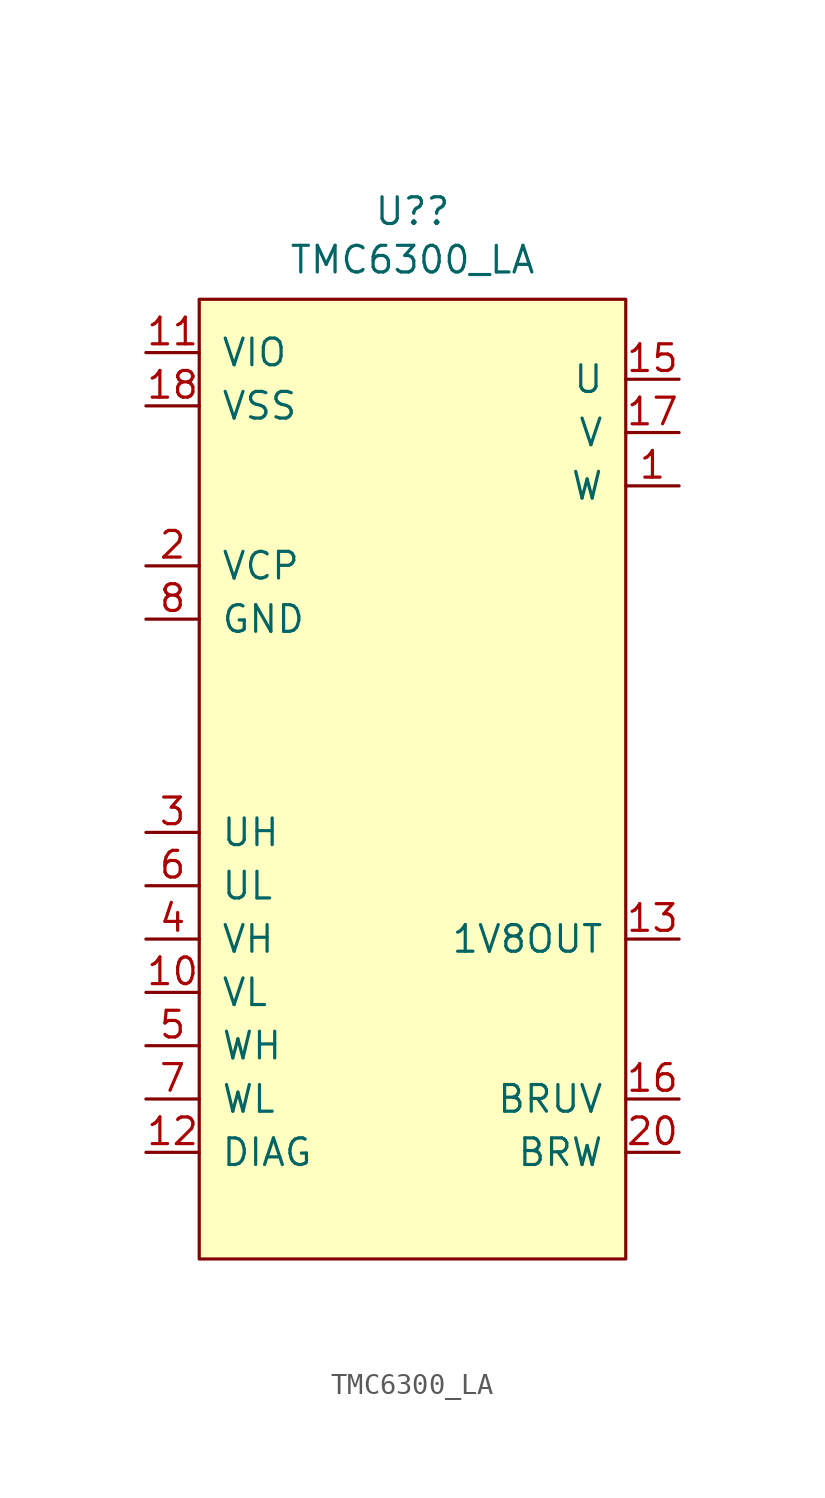
<source format=kicad_sym>
(kicad_symbol_lib
  (version 20211014)
  (generator kicad_symbol_editor)
  (symbol "TMC6300_LA"
    (pin_names
      (offset 1.016))
    (property "Reference" "U?"
      (at 0 27.051 0)
      (effects (font (size 1.27 1.27))))
    (property "Value" "TMC6300_LA"
      (at 0 24.74 0)
      (effects (font (size 1.27 1.27))))
    (symbol "TMC6300_LA_0_1"
      (rectangle (start -10.16 22.86) (end 10.16 -22.86) (stroke (width 0) (type default) (color 0 0 0 0)) (fill (type background))))
    (symbol "TMC6300_LA_1_1"
      (pin output line (at 12.7 13.97 180) (length 2.54) (name "W" (effects (font (size 1.27 1.27)))) (number "1" (effects (font (size 1.27 1.27)))))
      (pin input line (at -12.7 -10.16 0) (length 2.54) (name "VL" (effects (font (size 1.27 1.27)))) (number "10" (effects (font (size 1.27 1.27)))))
      (pin power_in line (at -12.7 20.32 0) (length 2.54) (name "VIO" (effects (font (size 1.27 1.27)))) (number "11" (effects (font (size 1.27 1.27)))))
      (pin output line (at -12.7 -17.78 0) (length 2.54) (name "DIAG" (effects (font (size 1.27 1.27)))) (number "12" (effects (font (size 1.27 1.27)))))
      (pin power_out line (at 12.7 -7.62 180) (length 2.54) (name "1V8OUT" (effects (font (size 1.27 1.27)))) (number "13" (effects (font (size 1.27 1.27)))))
      (pin passive line (at -12.7 7.62 0) (length 2.54) hide (name "GND" (effects (font (size 1.27 1.27)))) (number "14" (effects (font (size 1.27 1.27)))))
      (pin output line (at 12.7 19.05 180) (length 2.54) (name "U" (effects (font (size 1.27 1.27)))) (number "15" (effects (font (size 1.27 1.27)))))
      (pin passive line (at 12.7 -15.24 180) (length 2.54) (name "BRUV" (effects (font (size 1.27 1.27)))) (number "16" (effects (font (size 1.27 1.27)))))
      (pin output line (at 12.7 16.51 180) (length 2.54) (name "V" (effects (font (size 1.27 1.27)))) (number "17" (effects (font (size 1.27 1.27)))))
      (pin power_in line (at -12.7 17.78 0) (length 2.54) (name "VSS" (effects (font (size 1.27 1.27)))) (number "18" (effects (font (size 1.27 1.27)))))
      (pin no_connect line (at 0 0 270) (length 2.54) hide (name "NC" (effects (font (size 1.27 1.27)))) (number "19" (effects (font (size 1.27 1.27)))))
      (pin passive line (at -12.7 10.16 0) (length 2.54) (name "VCP" (effects (font (size 1.27 1.27)))) (number "2" (effects (font (size 1.27 1.27)))))
      (pin passive line (at 12.7 -17.78 180) (length 2.54) (name "BRW" (effects (font (size 1.27 1.27)))) (number "20" (effects (font (size 1.27 1.27)))))
      (pin passive line (at -12.7 7.62 0) (length 2.54) hide (name "EP" (effects (font (size 1.27 1.27)))) (number "21" (effects (font (size 1.27 1.27)))))
      (pin input line (at -12.7 -2.54 0) (length 2.54) (name "UH" (effects (font (size 1.27 1.27)))) (number "3" (effects (font (size 1.27 1.27)))))
      (pin input line (at -12.7 -7.62 0) (length 2.54) (name "VH" (effects (font (size 1.27 1.27)))) (number "4" (effects (font (size 1.27 1.27)))))
      (pin input line (at -12.7 -12.7 0) (length 2.54) (name "WH" (effects (font (size 1.27 1.27)))) (number "5" (effects (font (size 1.27 1.27)))))
      (pin input line (at -12.7 -5.08 0) (length 2.54) (name "UL" (effects (font (size 1.27 1.27)))) (number "6" (effects (font (size 1.27 1.27)))))
      (pin input line (at -12.7 -15.24 0) (length 2.54) (name "WL" (effects (font (size 1.27 1.27)))) (number "7" (effects (font (size 1.27 1.27)))))
      (pin passive line (at -12.7 7.62 0) (length 2.54) (name "GND" (effects (font (size 1.27 1.27)))) (number "8" (effects (font (size 1.27 1.27)))))
      (pin passive line (at -12.7 7.62 0) (length 2.54) hide (name "GND" (effects (font (size 1.27 1.27)))) (number "9" (effects (font (size 1.27 1.27))))))))
</source>
